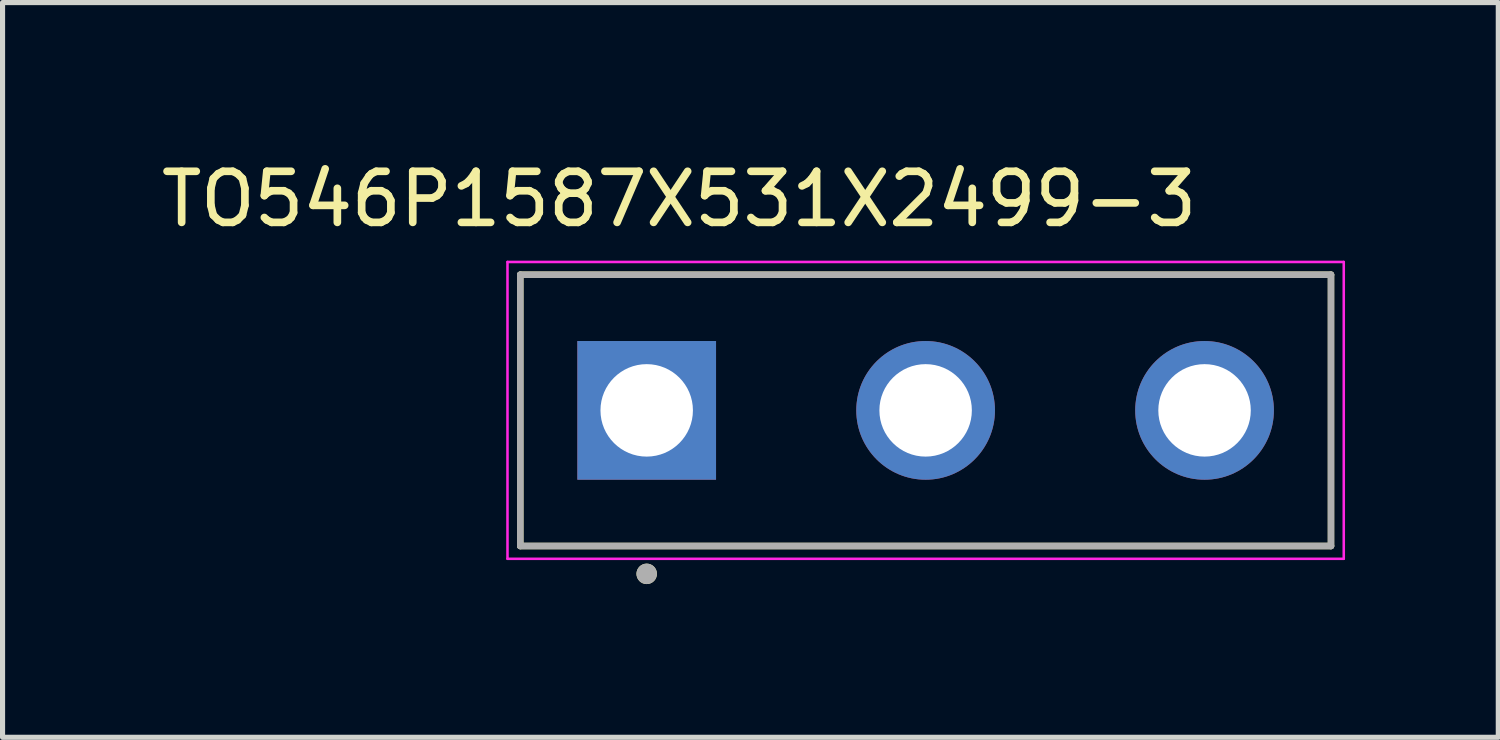
<source format=kicad_pcb>
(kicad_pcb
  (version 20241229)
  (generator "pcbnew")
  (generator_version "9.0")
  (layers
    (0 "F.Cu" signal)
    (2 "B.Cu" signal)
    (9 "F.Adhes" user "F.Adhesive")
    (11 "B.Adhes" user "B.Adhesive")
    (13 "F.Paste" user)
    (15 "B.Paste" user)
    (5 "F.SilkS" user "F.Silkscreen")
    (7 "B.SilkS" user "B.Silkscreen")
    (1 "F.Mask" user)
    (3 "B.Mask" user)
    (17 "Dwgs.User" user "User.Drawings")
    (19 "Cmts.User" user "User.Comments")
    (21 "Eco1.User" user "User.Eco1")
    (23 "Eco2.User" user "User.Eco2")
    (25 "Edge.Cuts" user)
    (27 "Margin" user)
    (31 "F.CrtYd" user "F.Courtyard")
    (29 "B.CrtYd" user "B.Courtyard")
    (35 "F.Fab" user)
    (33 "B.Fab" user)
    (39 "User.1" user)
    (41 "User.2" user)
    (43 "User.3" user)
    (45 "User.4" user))
  (footprint "TO546P1587X531X2499-3"
    (layer "F.Cu")
    (at 15.069 4.983)
    (property "Reference" "TO546P1587X531X2499-3" (at -4.825 -4.135 0) (layer "F.SilkS") (effects (font (size 1 1) (thickness 0.15))))
    (attr through_hole)
    (fp_line (start -7.935 -2.655) (end 7.935 -2.655) (stroke (width 0.127) (type solid)) (layer "F.SilkS"))
    (fp_line (start -7.935 2.655) (end -7.935 -2.655) (stroke (width 0.127) (type solid)) (layer "F.SilkS"))
    (fp_line (start 7.935 -2.655) (end 7.935 2.655) (stroke (width 0.127) (type solid)) (layer "F.SilkS"))
    (fp_line (start 7.935 2.655) (end -7.935 2.655) (stroke (width 0.127) (type solid)) (layer "F.SilkS"))
    (fp_circle (center -5.46 3.2) (end -5.36 3.2) (stroke (width 0.2) (type solid)) (fill no) (layer "F.SilkS"))
    (fp_line (start -8.185 -2.905) (end 8.185 -2.905) (stroke (width 0.05) (type solid)) (layer "F.CrtYd"))
    (fp_line (start -8.185 2.905) (end -8.185 -2.905) (stroke (width 0.05) (type solid)) (layer "F.CrtYd"))
    (fp_line (start 8.185 -2.905) (end 8.185 2.905) (stroke (width 0.05) (type solid)) (layer "F.CrtYd"))
    (fp_line (start 8.185 2.905) (end -8.185 2.905) (stroke (width 0.05) (type solid)) (layer "F.CrtYd"))
    (fp_line (start -7.935 -2.655) (end 7.935 -2.655) (stroke (width 0.127) (type solid)) (layer "F.Fab"))
    (fp_line (start -7.935 2.655) (end -7.935 -2.655) (stroke (width 0.127) (type solid)) (layer "F.Fab"))
    (fp_line (start 7.935 -2.655) (end 7.935 2.655) (stroke (width 0.127) (type solid)) (layer "F.Fab"))
    (fp_line (start 7.935 2.655) (end -7.935 2.655) (stroke (width 0.127) (type solid)) (layer "F.Fab"))
    (fp_circle (center -5.46 3.2) (end -5.36 3.2) (stroke (width 0.2) (type solid)) (fill no) (layer "F.Fab"))
    (pad "1" thru_hole rect (at -5.46 0) (size 2.715 2.715) (drill 1.81) (layers "*.Cu" "*.Mask"))
    (pad "2" thru_hole circle (at 0 0) (size 2.715 2.715) (drill 1.81) (layers "*.Cu" "*.Mask"))
    (pad "3" thru_hole circle (at 5.46 0) (size 2.715 2.715) (drill 1.81) (layers "*.Cu" "*.Mask")))
  (gr_rect
    (start -3 -3)
    (end 26.279 11.383)
    (stroke (width 0.1) (type default))
    (fill no)
    (layer "Edge.Cuts")))
</source>
